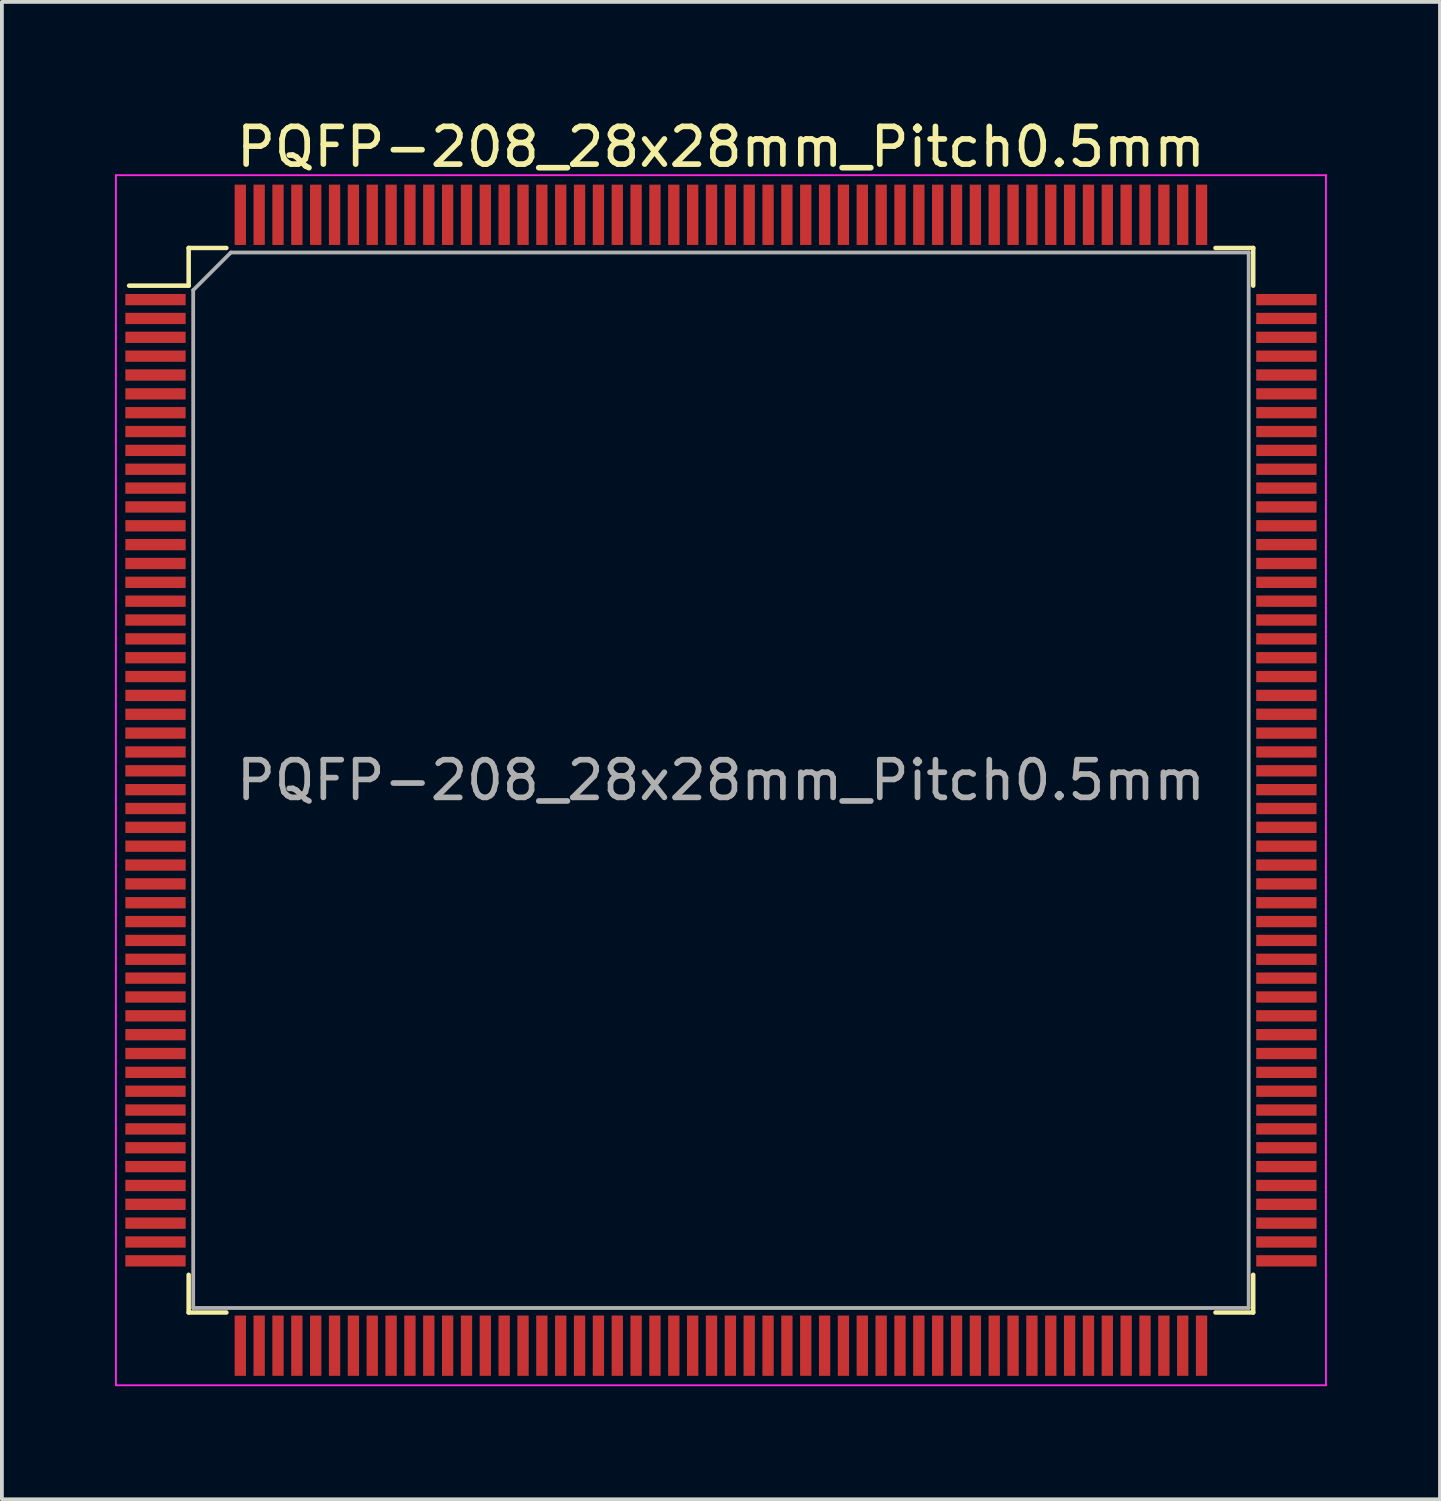
<source format=kicad_pcb>
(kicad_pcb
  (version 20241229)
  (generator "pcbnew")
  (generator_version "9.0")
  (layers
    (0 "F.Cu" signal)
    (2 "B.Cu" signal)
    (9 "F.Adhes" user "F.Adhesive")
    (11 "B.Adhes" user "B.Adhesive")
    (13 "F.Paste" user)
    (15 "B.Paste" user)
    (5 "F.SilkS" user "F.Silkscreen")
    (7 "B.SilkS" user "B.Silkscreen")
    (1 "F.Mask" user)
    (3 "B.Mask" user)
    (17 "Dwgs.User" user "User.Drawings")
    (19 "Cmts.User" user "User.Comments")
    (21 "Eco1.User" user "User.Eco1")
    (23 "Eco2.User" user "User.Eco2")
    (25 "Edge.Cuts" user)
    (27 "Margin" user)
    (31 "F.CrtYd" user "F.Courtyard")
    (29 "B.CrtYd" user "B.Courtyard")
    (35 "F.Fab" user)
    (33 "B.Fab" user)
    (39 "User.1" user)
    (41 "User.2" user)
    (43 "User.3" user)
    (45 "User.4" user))
  (footprint "PQFP-208_28x28mm_Pitch0.5mm"
    (layer "F.Cu")
    (at 16.075 17.648)
    (property "Reference" "PQFP-208_28x28mm_Pitch0.5mm" (at 0 -16.8 0) (layer "F.SilkS") (effects (font (size 1 1) (thickness 0.15))))
    (attr smd)
    (fp_line (start -15.7 -13.12) (end -14.12 -13.12) (stroke (width 0.12) (type solid)) (layer "F.SilkS"))
    (fp_line (start -14.12 -14.12) (end -14.12 -13.12) (stroke (width 0.12) (type solid)) (layer "F.SilkS"))
    (fp_line (start -14.12 14.12) (end -14.12 13.12) (stroke (width 0.12) (type solid)) (layer "F.SilkS"))
    (fp_line (start -13.12 -14.12) (end -14.12 -14.12) (stroke (width 0.12) (type solid)) (layer "F.SilkS"))
    (fp_line (start -13.12 14.12) (end -14.12 14.12) (stroke (width 0.12) (type solid)) (layer "F.SilkS"))
    (fp_line (start 13.12 -14.12) (end 14.12 -14.12) (stroke (width 0.12) (type solid)) (layer "F.SilkS"))
    (fp_line (start 13.12 14.12) (end 14.12 14.12) (stroke (width 0.12) (type solid)) (layer "F.SilkS"))
    (fp_line (start 14.12 -14.12) (end 14.12 -13.12) (stroke (width 0.12) (type solid)) (layer "F.SilkS"))
    (fp_line (start 14.12 14.12) (end 14.12 13.12) (stroke (width 0.12) (type solid)) (layer "F.SilkS"))
    (fp_line (start -16.05 -16.05) (end 16.05 -16.05) (stroke (width 0.05) (type solid)) (layer "F.CrtYd"))
    (fp_line (start -16.05 16.05) (end -16.05 -16.05) (stroke (width 0.05) (type solid)) (layer "F.CrtYd"))
    (fp_line (start 16.05 -16.05) (end 16.05 16.05) (stroke (width 0.05) (type solid)) (layer "F.CrtYd"))
    (fp_line (start 16.05 16.05) (end -16.05 16.05) (stroke (width 0.05) (type solid)) (layer "F.CrtYd"))
    (fp_line (start -14 -13) (end -14 14) (stroke (width 0.1) (type solid)) (layer "F.Fab"))
    (fp_line (start -14 14) (end 14 14) (stroke (width 0.1) (type solid)) (layer "F.Fab"))
    (fp_line (start -13 -14) (end -14 -13) (stroke (width 0.1) (type solid)) (layer "F.Fab"))
    (fp_line (start 14 -14) (end -13 -14) (stroke (width 0.1) (type solid)) (layer "F.Fab"))
    (fp_line (start 14 14) (end 14 -14) (stroke (width 0.1) (type solid)) (layer "F.Fab"))
    (fp_text user "${REFERENCE}" (at 0 0 0) (layer "F.Fab") (effects (font (size 1 1) (thickness 0.15))))
    (pad "1" smd rect (at -15 -12.75) (size 1.6 0.3) (layers "F.Cu" "F.Mask" "F.Paste"))
    (pad "2" smd rect (at -15 -12.25) (size 1.6 0.3) (layers "F.Cu" "F.Mask" "F.Paste"))
    (pad "3" smd rect (at -15 -11.75) (size 1.6 0.3) (layers "F.Cu" "F.Mask" "F.Paste"))
    (pad "4" smd rect (at -15 -11.25) (size 1.6 0.3) (layers "F.Cu" "F.Mask" "F.Paste"))
    (pad "5" smd rect (at -15 -10.75) (size 1.6 0.3) (layers "F.Cu" "F.Mask" "F.Paste"))
    (pad "6" smd rect (at -15 -10.25) (size 1.6 0.3) (layers "F.Cu" "F.Mask" "F.Paste"))
    (pad "7" smd rect (at -15 -9.75) (size 1.6 0.3) (layers "F.Cu" "F.Mask" "F.Paste"))
    (pad "8" smd rect (at -15 -9.25) (size 1.6 0.3) (layers "F.Cu" "F.Mask" "F.Paste"))
    (pad "9" smd rect (at -15 -8.75) (size 1.6 0.3) (layers "F.Cu" "F.Mask" "F.Paste"))
    (pad "10" smd rect (at -15 -8.25) (size 1.6 0.3) (layers "F.Cu" "F.Mask" "F.Paste"))
    (pad "11" smd rect (at -15 -7.75) (size 1.6 0.3) (layers "F.Cu" "F.Mask" "F.Paste"))
    (pad "12" smd rect (at -15 -7.25) (size 1.6 0.3) (layers "F.Cu" "F.Mask" "F.Paste"))
    (pad "13" smd rect (at -15 -6.75) (size 1.6 0.3) (layers "F.Cu" "F.Mask" "F.Paste"))
    (pad "14" smd rect (at -15 -6.25) (size 1.6 0.3) (layers "F.Cu" "F.Mask" "F.Paste"))
    (pad "15" smd rect (at -15 -5.75) (size 1.6 0.3) (layers "F.Cu" "F.Mask" "F.Paste"))
    (pad "16" smd rect (at -15 -5.25) (size 1.6 0.3) (layers "F.Cu" "F.Mask" "F.Paste"))
    (pad "17" smd rect (at -15 -4.75) (size 1.6 0.3) (layers "F.Cu" "F.Mask" "F.Paste"))
    (pad "18" smd rect (at -15 -4.25) (size 1.6 0.3) (layers "F.Cu" "F.Mask" "F.Paste"))
    (pad "19" smd rect (at -15 -3.75) (size 1.6 0.3) (layers "F.Cu" "F.Mask" "F.Paste"))
    (pad "20" smd rect (at -15 -3.25) (size 1.6 0.3) (layers "F.Cu" "F.Mask" "F.Paste"))
    (pad "21" smd rect (at -15 -2.75) (size 1.6 0.3) (layers "F.Cu" "F.Mask" "F.Paste"))
    (pad "22" smd rect (at -15 -2.25) (size 1.6 0.3) (layers "F.Cu" "F.Mask" "F.Paste"))
    (pad "23" smd rect (at -15 -1.75) (size 1.6 0.3) (layers "F.Cu" "F.Mask" "F.Paste"))
    (pad "24" smd rect (at -15 -1.25) (size 1.6 0.3) (layers "F.Cu" "F.Mask" "F.Paste"))
    (pad "25" smd rect (at -15 -0.75) (size 1.6 0.3) (layers "F.Cu" "F.Mask" "F.Paste"))
    (pad "26" smd rect (at -15 -0.25) (size 1.6 0.3) (layers "F.Cu" "F.Mask" "F.Paste"))
    (pad "27" smd rect (at -15 0.25) (size 1.6 0.3) (layers "F.Cu" "F.Mask" "F.Paste"))
    (pad "28" smd rect (at -15 0.75) (size 1.6 0.3) (layers "F.Cu" "F.Mask" "F.Paste"))
    (pad "29" smd rect (at -15 1.25) (size 1.6 0.3) (layers "F.Cu" "F.Mask" "F.Paste"))
    (pad "30" smd rect (at -15 1.75) (size 1.6 0.3) (layers "F.Cu" "F.Mask" "F.Paste"))
    (pad "31" smd rect (at -15 2.25) (size 1.6 0.3) (layers "F.Cu" "F.Mask" "F.Paste"))
    (pad "32" smd rect (at -15 2.75) (size 1.6 0.3) (layers "F.Cu" "F.Mask" "F.Paste"))
    (pad "33" smd rect (at -15 3.25) (size 1.6 0.3) (layers "F.Cu" "F.Mask" "F.Paste"))
    (pad "34" smd rect (at -15 3.75) (size 1.6 0.3) (layers "F.Cu" "F.Mask" "F.Paste"))
    (pad "35" smd rect (at -15 4.25) (size 1.6 0.3) (layers "F.Cu" "F.Mask" "F.Paste"))
    (pad "36" smd rect (at -15 4.75) (size 1.6 0.3) (layers "F.Cu" "F.Mask" "F.Paste"))
    (pad "37" smd rect (at -15 5.25) (size 1.6 0.3) (layers "F.Cu" "F.Mask" "F.Paste"))
    (pad "38" smd rect (at -15 5.75) (size 1.6 0.3) (layers "F.Cu" "F.Mask" "F.Paste"))
    (pad "39" smd rect (at -15 6.25) (size 1.6 0.3) (layers "F.Cu" "F.Mask" "F.Paste"))
    (pad "40" smd rect (at -15 6.75) (size 1.6 0.3) (layers "F.Cu" "F.Mask" "F.Paste"))
    (pad "41" smd rect (at -15 7.25) (size 1.6 0.3) (layers "F.Cu" "F.Mask" "F.Paste"))
    (pad "42" smd rect (at -15 7.75) (size 1.6 0.3) (layers "F.Cu" "F.Mask" "F.Paste"))
    (pad "43" smd rect (at -15 8.25) (size 1.6 0.3) (layers "F.Cu" "F.Mask" "F.Paste"))
    (pad "44" smd rect (at -15 8.75) (size 1.6 0.3) (layers "F.Cu" "F.Mask" "F.Paste"))
    (pad "45" smd rect (at -15 9.25) (size 1.6 0.3) (layers "F.Cu" "F.Mask" "F.Paste"))
    (pad "46" smd rect (at -15 9.75) (size 1.6 0.3) (layers "F.Cu" "F.Mask" "F.Paste"))
    (pad "47" smd rect (at -15 10.25) (size 1.6 0.3) (layers "F.Cu" "F.Mask" "F.Paste"))
    (pad "48" smd rect (at -15 10.75) (size 1.6 0.3) (layers "F.Cu" "F.Mask" "F.Paste"))
    (pad "49" smd rect (at -15 11.25) (size 1.6 0.3) (layers "F.Cu" "F.Mask" "F.Paste"))
    (pad "50" smd rect (at -15 11.75) (size 1.6 0.3) (layers "F.Cu" "F.Mask" "F.Paste"))
    (pad "51" smd rect (at -15 12.25) (size 1.6 0.3) (layers "F.Cu" "F.Mask" "F.Paste"))
    (pad "52" smd rect (at -15 12.75) (size 1.6 0.3) (layers "F.Cu" "F.Mask" "F.Paste"))
    (pad "53" smd rect (at -12.75 15) (size 0.3 1.6) (layers "F.Cu" "F.Mask" "F.Paste"))
    (pad "54" smd rect (at -12.25 15) (size 0.3 1.6) (layers "F.Cu" "F.Mask" "F.Paste"))
    (pad "55" smd rect (at -11.75 15) (size 0.3 1.6) (layers "F.Cu" "F.Mask" "F.Paste"))
    (pad "56" smd rect (at -11.25 15) (size 0.3 1.6) (layers "F.Cu" "F.Mask" "F.Paste"))
    (pad "57" smd rect (at -10.75 15) (size 0.3 1.6) (layers "F.Cu" "F.Mask" "F.Paste"))
    (pad "58" smd rect (at -10.25 15) (size 0.3 1.6) (layers "F.Cu" "F.Mask" "F.Paste"))
    (pad "59" smd rect (at -9.75 15) (size 0.3 1.6) (layers "F.Cu" "F.Mask" "F.Paste"))
    (pad "60" smd rect (at -9.25 15) (size 0.3 1.6) (layers "F.Cu" "F.Mask" "F.Paste"))
    (pad "61" smd rect (at -8.75 15) (size 0.3 1.6) (layers "F.Cu" "F.Mask" "F.Paste"))
    (pad "62" smd rect (at -8.25 15) (size 0.3 1.6) (layers "F.Cu" "F.Mask" "F.Paste"))
    (pad "63" smd rect (at -7.75 15) (size 0.3 1.6) (layers "F.Cu" "F.Mask" "F.Paste"))
    (pad "64" smd rect (at -7.25 15) (size 0.3 1.6) (layers "F.Cu" "F.Mask" "F.Paste"))
    (pad "65" smd rect (at -6.75 15) (size 0.3 1.6) (layers "F.Cu" "F.Mask" "F.Paste"))
    (pad "66" smd rect (at -6.25 15) (size 0.3 1.6) (layers "F.Cu" "F.Mask" "F.Paste"))
    (pad "67" smd rect (at -5.75 15) (size 0.3 1.6) (layers "F.Cu" "F.Mask" "F.Paste"))
    (pad "68" smd rect (at -5.25 15) (size 0.3 1.6) (layers "F.Cu" "F.Mask" "F.Paste"))
    (pad "69" smd rect (at -4.75 15) (size 0.3 1.6) (layers "F.Cu" "F.Mask" "F.Paste"))
    (pad "70" smd rect (at -4.25 15) (size 0.3 1.6) (layers "F.Cu" "F.Mask" "F.Paste"))
    (pad "71" smd rect (at -3.75 15) (size 0.3 1.6) (layers "F.Cu" "F.Mask" "F.Paste"))
    (pad "72" smd rect (at -3.25 15) (size 0.3 1.6) (layers "F.Cu" "F.Mask" "F.Paste"))
    (pad "73" smd rect (at -2.75 15) (size 0.3 1.6) (layers "F.Cu" "F.Mask" "F.Paste"))
    (pad "74" smd rect (at -2.25 15) (size 0.3 1.6) (layers "F.Cu" "F.Mask" "F.Paste"))
    (pad "75" smd rect (at -1.75 15) (size 0.3 1.6) (layers "F.Cu" "F.Mask" "F.Paste"))
    (pad "76" smd rect (at -1.25 15) (size 0.3 1.6) (layers "F.Cu" "F.Mask" "F.Paste"))
    (pad "77" smd rect (at -0.75 15) (size 0.3 1.6) (layers "F.Cu" "F.Mask" "F.Paste"))
    (pad "78" smd rect (at -0.25 15) (size 0.3 1.6) (layers "F.Cu" "F.Mask" "F.Paste"))
    (pad "79" smd rect (at 0.25 15) (size 0.3 1.6) (layers "F.Cu" "F.Mask" "F.Paste"))
    (pad "80" smd rect (at 0.75 15) (size 0.3 1.6) (layers "F.Cu" "F.Mask" "F.Paste"))
    (pad "81" smd rect (at 1.25 15) (size 0.3 1.6) (layers "F.Cu" "F.Mask" "F.Paste"))
    (pad "82" smd rect (at 1.75 15) (size 0.3 1.6) (layers "F.Cu" "F.Mask" "F.Paste"))
    (pad "83" smd rect (at 2.25 15) (size 0.3 1.6) (layers "F.Cu" "F.Mask" "F.Paste"))
    (pad "84" smd rect (at 2.75 15) (size 0.3 1.6) (layers "F.Cu" "F.Mask" "F.Paste"))
    (pad "85" smd rect (at 3.25 15) (size 0.3 1.6) (layers "F.Cu" "F.Mask" "F.Paste"))
    (pad "86" smd rect (at 3.75 15) (size 0.3 1.6) (layers "F.Cu" "F.Mask" "F.Paste"))
    (pad "87" smd rect (at 4.25 15) (size 0.3 1.6) (layers "F.Cu" "F.Mask" "F.Paste"))
    (pad "88" smd rect (at 4.75 15) (size 0.3 1.6) (layers "F.Cu" "F.Mask" "F.Paste"))
    (pad "89" smd rect (at 5.25 15) (size 0.3 1.6) (layers "F.Cu" "F.Mask" "F.Paste"))
    (pad "90" smd rect (at 5.75 15) (size 0.3 1.6) (layers "F.Cu" "F.Mask" "F.Paste"))
    (pad "91" smd rect (at 6.25 15) (size 0.3 1.6) (layers "F.Cu" "F.Mask" "F.Paste"))
    (pad "92" smd rect (at 6.75 15) (size 0.3 1.6) (layers "F.Cu" "F.Mask" "F.Paste"))
    (pad "93" smd rect (at 7.25 15) (size 0.3 1.6) (layers "F.Cu" "F.Mask" "F.Paste"))
    (pad "94" smd rect (at 7.75 15) (size 0.3 1.6) (layers "F.Cu" "F.Mask" "F.Paste"))
    (pad "95" smd rect (at 8.25 15) (size 0.3 1.6) (layers "F.Cu" "F.Mask" "F.Paste"))
    (pad "96" smd rect (at 8.75 15) (size 0.3 1.6) (layers "F.Cu" "F.Mask" "F.Paste"))
    (pad "97" smd rect (at 9.25 15) (size 0.3 1.6) (layers "F.Cu" "F.Mask" "F.Paste"))
    (pad "98" smd rect (at 9.75 15) (size 0.3 1.6) (layers "F.Cu" "F.Mask" "F.Paste"))
    (pad "99" smd rect (at 10.25 15) (size 0.3 1.6) (layers "F.Cu" "F.Mask" "F.Paste"))
    (pad "100" smd rect (at 10.75 15) (size 0.3 1.6) (layers "F.Cu" "F.Mask" "F.Paste"))
    (pad "101" smd rect (at 11.25 15) (size 0.3 1.6) (layers "F.Cu" "F.Mask" "F.Paste"))
    (pad "102" smd rect (at 11.75 15) (size 0.3 1.6) (layers "F.Cu" "F.Mask" "F.Paste"))
    (pad "103" smd rect (at 12.25 15) (size 0.3 1.6) (layers "F.Cu" "F.Mask" "F.Paste"))
    (pad "104" smd rect (at 12.75 15) (size 0.3 1.6) (layers "F.Cu" "F.Mask" "F.Paste"))
    (pad "105" smd rect (at 15 12.75) (size 1.6 0.3) (layers "F.Cu" "F.Mask" "F.Paste"))
    (pad "106" smd rect (at 15 12.25) (size 1.6 0.3) (layers "F.Cu" "F.Mask" "F.Paste"))
    (pad "107" smd rect (at 15 11.75) (size 1.6 0.3) (layers "F.Cu" "F.Mask" "F.Paste"))
    (pad "108" smd rect (at 15 11.25) (size 1.6 0.3) (layers "F.Cu" "F.Mask" "F.Paste"))
    (pad "109" smd rect (at 15 10.75) (size 1.6 0.3) (layers "F.Cu" "F.Mask" "F.Paste"))
    (pad "110" smd rect (at 15 10.25) (size 1.6 0.3) (layers "F.Cu" "F.Mask" "F.Paste"))
    (pad "111" smd rect (at 15 9.75) (size 1.6 0.3) (layers "F.Cu" "F.Mask" "F.Paste"))
    (pad "112" smd rect (at 15 9.25) (size 1.6 0.3) (layers "F.Cu" "F.Mask" "F.Paste"))
    (pad "113" smd rect (at 15 8.75) (size 1.6 0.3) (layers "F.Cu" "F.Mask" "F.Paste"))
    (pad "114" smd rect (at 15 8.25) (size 1.6 0.3) (layers "F.Cu" "F.Mask" "F.Paste"))
    (pad "115" smd rect (at 15 7.75) (size 1.6 0.3) (layers "F.Cu" "F.Mask" "F.Paste"))
    (pad "116" smd rect (at 15 7.25) (size 1.6 0.3) (layers "F.Cu" "F.Mask" "F.Paste"))
    (pad "117" smd rect (at 15 6.75) (size 1.6 0.3) (layers "F.Cu" "F.Mask" "F.Paste"))
    (pad "118" smd rect (at 15 6.25) (size 1.6 0.3) (layers "F.Cu" "F.Mask" "F.Paste"))
    (pad "119" smd rect (at 15 5.75) (size 1.6 0.3) (layers "F.Cu" "F.Mask" "F.Paste"))
    (pad "120" smd rect (at 15 5.25) (size 1.6 0.3) (layers "F.Cu" "F.Mask" "F.Paste"))
    (pad "121" smd rect (at 15 4.75) (size 1.6 0.3) (layers "F.Cu" "F.Mask" "F.Paste"))
    (pad "122" smd rect (at 15 4.25) (size 1.6 0.3) (layers "F.Cu" "F.Mask" "F.Paste"))
    (pad "123" smd rect (at 15 3.75) (size 1.6 0.3) (layers "F.Cu" "F.Mask" "F.Paste"))
    (pad "124" smd rect (at 15 3.25) (size 1.6 0.3) (layers "F.Cu" "F.Mask" "F.Paste"))
    (pad "125" smd rect (at 15 2.75) (size 1.6 0.3) (layers "F.Cu" "F.Mask" "F.Paste"))
    (pad "126" smd rect (at 15 2.25) (size 1.6 0.3) (layers "F.Cu" "F.Mask" "F.Paste"))
    (pad "127" smd rect (at 15 1.75) (size 1.6 0.3) (layers "F.Cu" "F.Mask" "F.Paste"))
    (pad "128" smd rect (at 15 1.25) (size 1.6 0.3) (layers "F.Cu" "F.Mask" "F.Paste"))
    (pad "129" smd rect (at 15 0.75) (size 1.6 0.3) (layers "F.Cu" "F.Mask" "F.Paste"))
    (pad "130" smd rect (at 15 0.25) (size 1.6 0.3) (layers "F.Cu" "F.Mask" "F.Paste"))
    (pad "131" smd rect (at 15 -0.25) (size 1.6 0.3) (layers "F.Cu" "F.Mask" "F.Paste"))
    (pad "132" smd rect (at 15 -0.75) (size 1.6 0.3) (layers "F.Cu" "F.Mask" "F.Paste"))
    (pad "133" smd rect (at 15 -1.25) (size 1.6 0.3) (layers "F.Cu" "F.Mask" "F.Paste"))
    (pad "134" smd rect (at 15 -1.75) (size 1.6 0.3) (layers "F.Cu" "F.Mask" "F.Paste"))
    (pad "135" smd rect (at 15 -2.25) (size 1.6 0.3) (layers "F.Cu" "F.Mask" "F.Paste"))
    (pad "136" smd rect (at 15 -2.75) (size 1.6 0.3) (layers "F.Cu" "F.Mask" "F.Paste"))
    (pad "137" smd rect (at 15 -3.25) (size 1.6 0.3) (layers "F.Cu" "F.Mask" "F.Paste"))
    (pad "138" smd rect (at 15 -3.75) (size 1.6 0.3) (layers "F.Cu" "F.Mask" "F.Paste"))
    (pad "139" smd rect (at 15 -4.25) (size 1.6 0.3) (layers "F.Cu" "F.Mask" "F.Paste"))
    (pad "140" smd rect (at 15 -4.75) (size 1.6 0.3) (layers "F.Cu" "F.Mask" "F.Paste"))
    (pad "141" smd rect (at 15 -5.25) (size 1.6 0.3) (layers "F.Cu" "F.Mask" "F.Paste"))
    (pad "142" smd rect (at 15 -5.75) (size 1.6 0.3) (layers "F.Cu" "F.Mask" "F.Paste"))
    (pad "143" smd rect (at 15 -6.25) (size 1.6 0.3) (layers "F.Cu" "F.Mask" "F.Paste"))
    (pad "144" smd rect (at 15 -6.75) (size 1.6 0.3) (layers "F.Cu" "F.Mask" "F.Paste"))
    (pad "145" smd rect (at 15 -7.25) (size 1.6 0.3) (layers "F.Cu" "F.Mask" "F.Paste"))
    (pad "146" smd rect (at 15 -7.75) (size 1.6 0.3) (layers "F.Cu" "F.Mask" "F.Paste"))
    (pad "147" smd rect (at 15 -8.25) (size 1.6 0.3) (layers "F.Cu" "F.Mask" "F.Paste"))
    (pad "148" smd rect (at 15 -8.75) (size 1.6 0.3) (layers "F.Cu" "F.Mask" "F.Paste"))
    (pad "149" smd rect (at 15 -9.25) (size 1.6 0.3) (layers "F.Cu" "F.Mask" "F.Paste"))
    (pad "150" smd rect (at 15 -9.75) (size 1.6 0.3) (layers "F.Cu" "F.Mask" "F.Paste"))
    (pad "151" smd rect (at 15 -10.25) (size 1.6 0.3) (layers "F.Cu" "F.Mask" "F.Paste"))
    (pad "152" smd rect (at 15 -10.75) (size 1.6 0.3) (layers "F.Cu" "F.Mask" "F.Paste"))
    (pad "153" smd rect (at 15 -11.25) (size 1.6 0.3) (layers "F.Cu" "F.Mask" "F.Paste"))
    (pad "154" smd rect (at 15 -11.75) (size 1.6 0.3) (layers "F.Cu" "F.Mask" "F.Paste"))
    (pad "155" smd rect (at 15 -12.25) (size 1.6 0.3) (layers "F.Cu" "F.Mask" "F.Paste"))
    (pad "156" smd rect (at 15 -12.75) (size 1.6 0.3) (layers "F.Cu" "F.Mask" "F.Paste"))
    (pad "157" smd rect (at 12.75 -15) (size 0.3 1.6) (layers "F.Cu" "F.Mask" "F.Paste"))
    (pad "158" smd rect (at 12.25 -15) (size 0.3 1.6) (layers "F.Cu" "F.Mask" "F.Paste"))
    (pad "159" smd rect (at 11.75 -15) (size 0.3 1.6) (layers "F.Cu" "F.Mask" "F.Paste"))
    (pad "160" smd rect (at 11.25 -15) (size 0.3 1.6) (layers "F.Cu" "F.Mask" "F.Paste"))
    (pad "161" smd rect (at 10.75 -15) (size 0.3 1.6) (layers "F.Cu" "F.Mask" "F.Paste"))
    (pad "162" smd rect (at 10.25 -15) (size 0.3 1.6) (layers "F.Cu" "F.Mask" "F.Paste"))
    (pad "163" smd rect (at 9.75 -15) (size 0.3 1.6) (layers "F.Cu" "F.Mask" "F.Paste"))
    (pad "164" smd rect (at 9.25 -15) (size 0.3 1.6) (layers "F.Cu" "F.Mask" "F.Paste"))
    (pad "165" smd rect (at 8.75 -15) (size 0.3 1.6) (layers "F.Cu" "F.Mask" "F.Paste"))
    (pad "166" smd rect (at 8.25 -15) (size 0.3 1.6) (layers "F.Cu" "F.Mask" "F.Paste"))
    (pad "167" smd rect (at 7.75 -15) (size 0.3 1.6) (layers "F.Cu" "F.Mask" "F.Paste"))
    (pad "168" smd rect (at 7.25 -15) (size 0.3 1.6) (layers "F.Cu" "F.Mask" "F.Paste"))
    (pad "169" smd rect (at 6.75 -15) (size 0.3 1.6) (layers "F.Cu" "F.Mask" "F.Paste"))
    (pad "170" smd rect (at 6.25 -15) (size 0.3 1.6) (layers "F.Cu" "F.Mask" "F.Paste"))
    (pad "171" smd rect (at 5.75 -15) (size 0.3 1.6) (layers "F.Cu" "F.Mask" "F.Paste"))
    (pad "172" smd rect (at 5.25 -15) (size 0.3 1.6) (layers "F.Cu" "F.Mask" "F.Paste"))
    (pad "173" smd rect (at 4.75 -15) (size 0.3 1.6) (layers "F.Cu" "F.Mask" "F.Paste"))
    (pad "174" smd rect (at 4.25 -15) (size 0.3 1.6) (layers "F.Cu" "F.Mask" "F.Paste"))
    (pad "175" smd rect (at 3.75 -15) (size 0.3 1.6) (layers "F.Cu" "F.Mask" "F.Paste"))
    (pad "176" smd rect (at 3.25 -15) (size 0.3 1.6) (layers "F.Cu" "F.Mask" "F.Paste"))
    (pad "177" smd rect (at 2.75 -15) (size 0.3 1.6) (layers "F.Cu" "F.Mask" "F.Paste"))
    (pad "178" smd rect (at 2.25 -15) (size 0.3 1.6) (layers "F.Cu" "F.Mask" "F.Paste"))
    (pad "179" smd rect (at 1.75 -15) (size 0.3 1.6) (layers "F.Cu" "F.Mask" "F.Paste"))
    (pad "180" smd rect (at 1.25 -15) (size 0.3 1.6) (layers "F.Cu" "F.Mask" "F.Paste"))
    (pad "181" smd rect (at 0.75 -15) (size 0.3 1.6) (layers "F.Cu" "F.Mask" "F.Paste"))
    (pad "182" smd rect (at 0.25 -15) (size 0.3 1.6) (layers "F.Cu" "F.Mask" "F.Paste"))
    (pad "183" smd rect (at -0.25 -15) (size 0.3 1.6) (layers "F.Cu" "F.Mask" "F.Paste"))
    (pad "184" smd rect (at -0.75 -15) (size 0.3 1.6) (layers "F.Cu" "F.Mask" "F.Paste"))
    (pad "185" smd rect (at -1.25 -15) (size 0.3 1.6) (layers "F.Cu" "F.Mask" "F.Paste"))
    (pad "186" smd rect (at -1.75 -15) (size 0.3 1.6) (layers "F.Cu" "F.Mask" "F.Paste"))
    (pad "187" smd rect (at -2.25 -15) (size 0.3 1.6) (layers "F.Cu" "F.Mask" "F.Paste"))
    (pad "188" smd rect (at -2.75 -15) (size 0.3 1.6) (layers "F.Cu" "F.Mask" "F.Paste"))
    (pad "189" smd rect (at -3.25 -15) (size 0.3 1.6) (layers "F.Cu" "F.Mask" "F.Paste"))
    (pad "190" smd rect (at -3.75 -15) (size 0.3 1.6) (layers "F.Cu" "F.Mask" "F.Paste"))
    (pad "191" smd rect (at -4.25 -15) (size 0.3 1.6) (layers "F.Cu" "F.Mask" "F.Paste"))
    (pad "192" smd rect (at -4.75 -15) (size 0.3 1.6) (layers "F.Cu" "F.Mask" "F.Paste"))
    (pad "193" smd rect (at -5.25 -15) (size 0.3 1.6) (layers "F.Cu" "F.Mask" "F.Paste"))
    (pad "194" smd rect (at -5.75 -15) (size 0.3 1.6) (layers "F.Cu" "F.Mask" "F.Paste"))
    (pad "195" smd rect (at -6.25 -15) (size 0.3 1.6) (layers "F.Cu" "F.Mask" "F.Paste"))
    (pad "196" smd rect (at -6.75 -15) (size 0.3 1.6) (layers "F.Cu" "F.Mask" "F.Paste"))
    (pad "197" smd rect (at -7.25 -15) (size 0.3 1.6) (layers "F.Cu" "F.Mask" "F.Paste"))
    (pad "198" smd rect (at -7.75 -15) (size 0.3 1.6) (layers "F.Cu" "F.Mask" "F.Paste"))
    (pad "199" smd rect (at -8.25 -15) (size 0.3 1.6) (layers "F.Cu" "F.Mask" "F.Paste"))
    (pad "200" smd rect (at -8.75 -15) (size 0.3 1.6) (layers "F.Cu" "F.Mask" "F.Paste"))
    (pad "201" smd rect (at -9.25 -15) (size 0.3 1.6) (layers "F.Cu" "F.Mask" "F.Paste"))
    (pad "202" smd rect (at -9.75 -15) (size 0.3 1.6) (layers "F.Cu" "F.Mask" "F.Paste"))
    (pad "203" smd rect (at -10.25 -15) (size 0.3 1.6) (layers "F.Cu" "F.Mask" "F.Paste"))
    (pad "204" smd rect (at -10.75 -15) (size 0.3 1.6) (layers "F.Cu" "F.Mask" "F.Paste"))
    (pad "205" smd rect (at -11.25 -15) (size 0.3 1.6) (layers "F.Cu" "F.Mask" "F.Paste"))
    (pad "206" smd rect (at -11.75 -15) (size 0.3 1.6) (layers "F.Cu" "F.Mask" "F.Paste"))
    (pad "207" smd rect (at -12.25 -15) (size 0.3 1.6) (layers "F.Cu" "F.Mask" "F.Paste"))
    (pad "208" smd rect (at -12.75 -15) (size 0.3 1.6) (layers "F.Cu" "F.Mask" "F.Paste")))
  (gr_rect
    (start -3 -3)
    (end 35.15 36.723)
    (stroke (width 0.1) (type default))
    (fill no)
    (layer "Edge.Cuts")))
</source>
